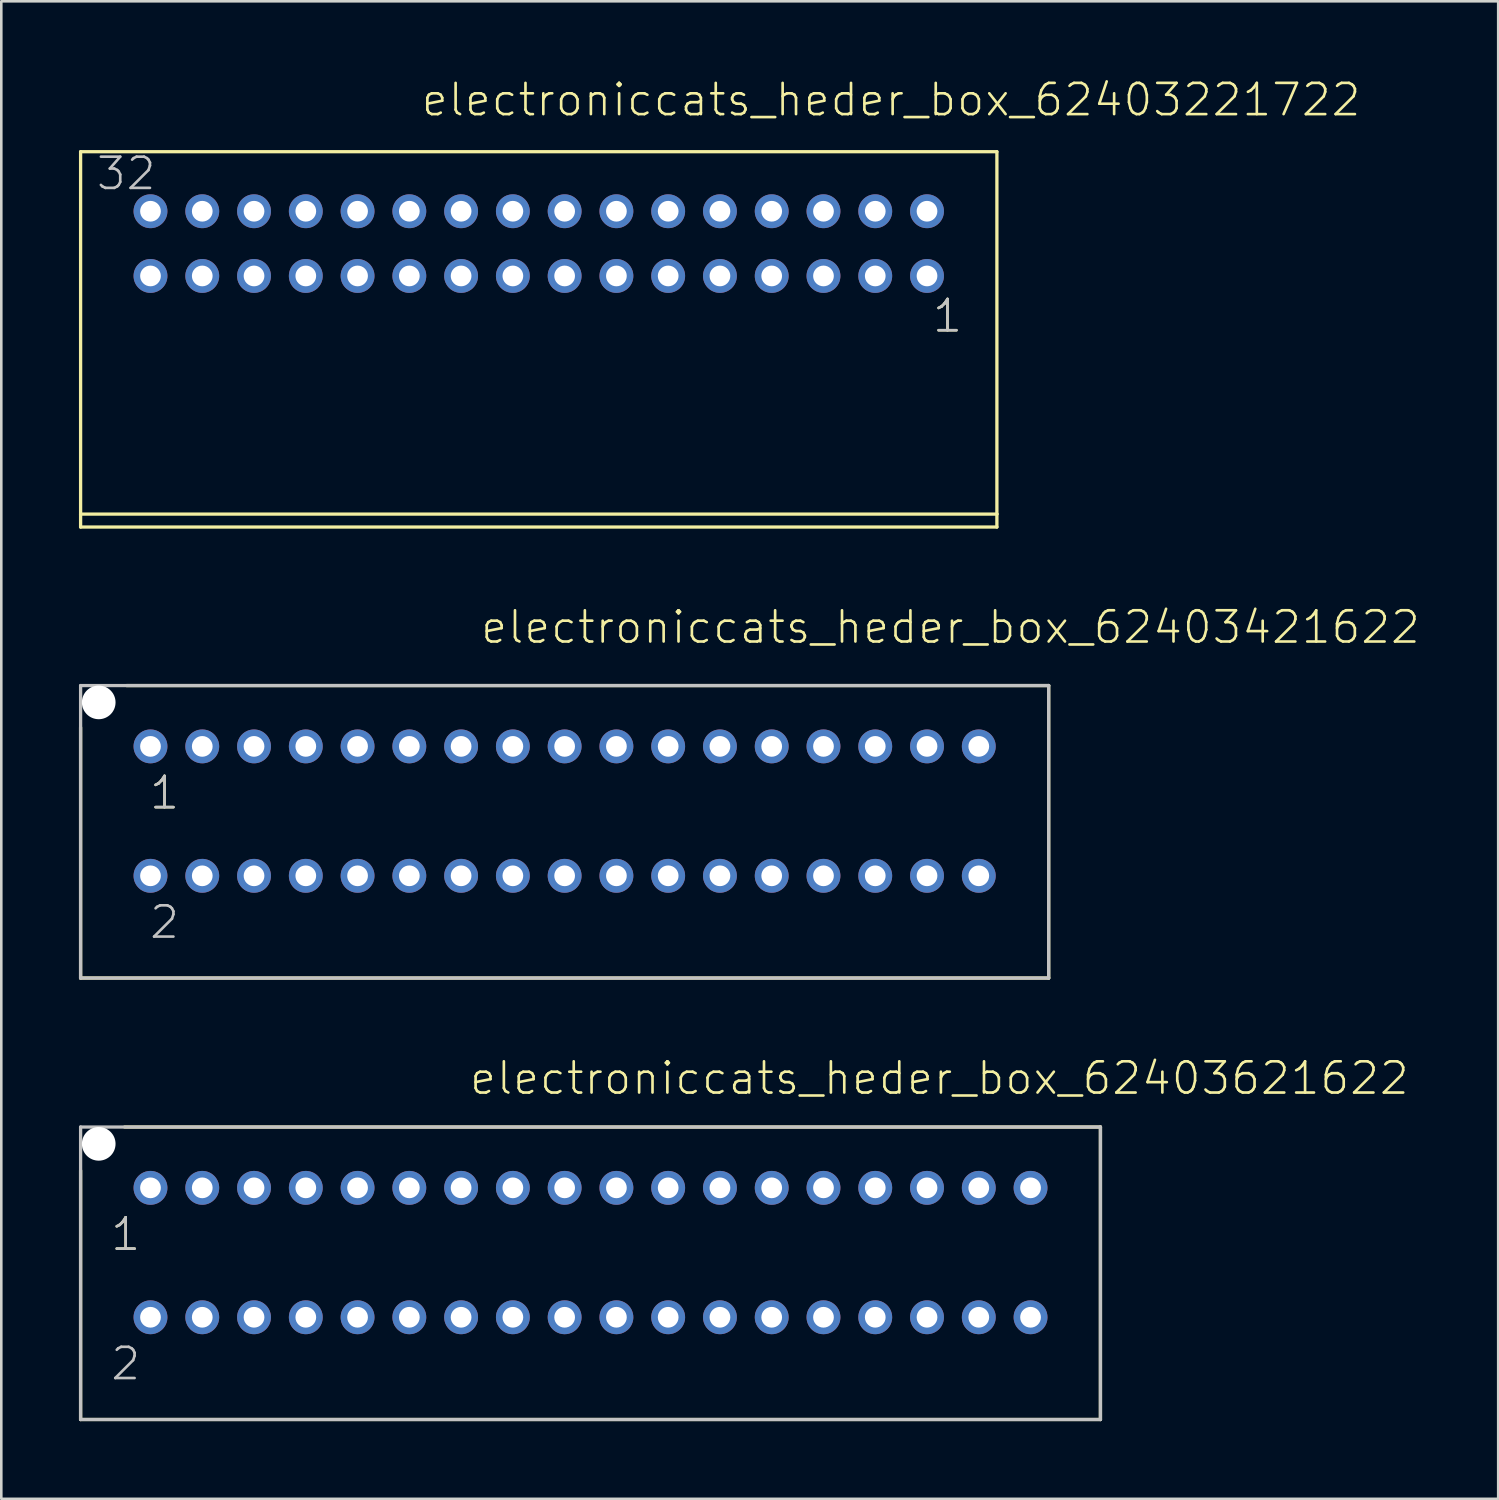
<source format=kicad_pcb>
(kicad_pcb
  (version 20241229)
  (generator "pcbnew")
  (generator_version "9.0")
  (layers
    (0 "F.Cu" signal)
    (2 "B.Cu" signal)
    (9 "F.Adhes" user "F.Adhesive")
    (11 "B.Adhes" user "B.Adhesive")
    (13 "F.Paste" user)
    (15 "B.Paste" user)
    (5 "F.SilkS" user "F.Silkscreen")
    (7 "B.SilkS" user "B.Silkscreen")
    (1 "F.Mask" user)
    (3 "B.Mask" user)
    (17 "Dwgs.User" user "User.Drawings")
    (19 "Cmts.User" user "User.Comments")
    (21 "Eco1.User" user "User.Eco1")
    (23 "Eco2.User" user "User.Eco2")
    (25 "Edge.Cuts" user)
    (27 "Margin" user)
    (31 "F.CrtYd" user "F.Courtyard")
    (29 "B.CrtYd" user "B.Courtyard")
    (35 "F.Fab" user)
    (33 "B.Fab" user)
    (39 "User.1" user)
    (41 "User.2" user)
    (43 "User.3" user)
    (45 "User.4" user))
  (footprint "electroniccats_heder_box_62403421622"
    (layer "F.Cu")
    (at 18.764 28.286)
    (property "Reference" "electroniccats_heder_box_62403421622" (at -3.306 -6.4 0) (layer "F.SilkS") (effects (font (size 1.206 1.206) (thickness 0.102)) (justify left bottom)))
    (attr through_hole)
    (fp_line (start -18.7 6.45) (end -18.7 -3.23) (stroke (width 0.127) (type solid)) (layer "F.SilkS"))
    (fp_line (start -16.92 -4.85) (end 18.7 -4.85) (stroke (width 0.127) (type solid)) (layer "F.SilkS"))
    (fp_line (start 18.7 -4.85) (end 18.7 6.45) (stroke (width 0.127) (type solid)) (layer "F.SilkS"))
    (fp_line (start 18.7 6.45) (end -18.7 6.45) (stroke (width 0.127) (type solid)) (layer "F.SilkS"))
    (fp_line (start -18.7 -4.85) (end 18.7 -4.85) (stroke (width 0.127) (type solid)) (layer "Dwgs.User"))
    (fp_line (start -18.7 6.45) (end -18.7 -4.85) (stroke (width 0.127) (type solid)) (layer "Dwgs.User"))
    (fp_line (start 18.7 -4.85) (end 18.7 6.45) (stroke (width 0.127) (type solid)) (layer "Dwgs.User"))
    (fp_line (start 18.7 6.45) (end -18.7 6.45) (stroke (width 0.127) (type solid)) (layer "Dwgs.User"))
    (fp_text user "1" (at -16.1 0 0) (layer "F.SilkS") (effects (font (size 1.206 1.206) (thickness 0.102)) (justify left bottom)))
    (fp_text user "2" (at -16.1 5 0) (layer "Dwgs.User") (effects (font (size 1.206 1.206) (thickness 0.102)) (justify left bottom)))
    (fp_text user "1" (at -16.1 0 0) (layer "Dwgs.User") (effects (font (size 1.206 1.206) (thickness 0.102)) (justify left bottom)))
    (pad "" np_thru_hole circle (at -18 -4.2) (size 1.3 1.3) (drill 1.3) (layers "*.Cu"))
    (pad "1" thru_hole circle (at -16 -2.5) (size 1.308 1.308) (drill 0.8) (layers "*.Cu" "*.Mask"))
    (pad "2" thru_hole circle (at -16 2.5) (size 1.308 1.308) (drill 0.8) (layers "*.Cu" "*.Mask"))
    (pad "3" thru_hole circle (at -14 -2.5) (size 1.308 1.308) (drill 0.8) (layers "*.Cu" "*.Mask"))
    (pad "4" thru_hole circle (at -14 2.5) (size 1.308 1.308) (drill 0.8) (layers "*.Cu" "*.Mask"))
    (pad "5" thru_hole circle (at -12 -2.5) (size 1.308 1.308) (drill 0.8) (layers "*.Cu" "*.Mask"))
    (pad "6" thru_hole circle (at -12 2.5) (size 1.308 1.308) (drill 0.8) (layers "*.Cu" "*.Mask"))
    (pad "7" thru_hole circle (at -10 -2.5) (size 1.308 1.308) (drill 0.8) (layers "*.Cu" "*.Mask"))
    (pad "8" thru_hole circle (at -10 2.5) (size 1.308 1.308) (drill 0.8) (layers "*.Cu" "*.Mask"))
    (pad "9" thru_hole circle (at -8 -2.5) (size 1.308 1.308) (drill 0.8) (layers "*.Cu" "*.Mask"))
    (pad "10" thru_hole circle (at -8 2.5) (size 1.308 1.308) (drill 0.8) (layers "*.Cu" "*.Mask"))
    (pad "11" thru_hole circle (at -6 -2.5) (size 1.308 1.308) (drill 0.8) (layers "*.Cu" "*.Mask"))
    (pad "12" thru_hole circle (at -6 2.5) (size 1.308 1.308) (drill 0.8) (layers "*.Cu" "*.Mask"))
    (pad "13" thru_hole circle (at -4 -2.5) (size 1.308 1.308) (drill 0.8) (layers "*.Cu" "*.Mask"))
    (pad "14" thru_hole circle (at -4 2.5) (size 1.308 1.308) (drill 0.8) (layers "*.Cu" "*.Mask"))
    (pad "15" thru_hole circle (at -2 -2.5) (size 1.308 1.308) (drill 0.8) (layers "*.Cu" "*.Mask"))
    (pad "16" thru_hole circle (at -2 2.5) (size 1.308 1.308) (drill 0.8) (layers "*.Cu" "*.Mask"))
    (pad "17" thru_hole circle (at 0 -2.5) (size 1.308 1.308) (drill 0.8) (layers "*.Cu" "*.Mask"))
    (pad "18" thru_hole circle (at 0 2.5) (size 1.308 1.308) (drill 0.8) (layers "*.Cu" "*.Mask"))
    (pad "19" thru_hole circle (at 2 -2.5) (size 1.308 1.308) (drill 0.8) (layers "*.Cu" "*.Mask"))
    (pad "20" thru_hole circle (at 2 2.5) (size 1.308 1.308) (drill 0.8) (layers "*.Cu" "*.Mask"))
    (pad "21" thru_hole circle (at 4 -2.5) (size 1.308 1.308) (drill 0.8) (layers "*.Cu" "*.Mask"))
    (pad "22" thru_hole circle (at 4 2.5) (size 1.308 1.308) (drill 0.8) (layers "*.Cu" "*.Mask"))
    (pad "23" thru_hole circle (at 6 -2.5) (size 1.308 1.308) (drill 0.8) (layers "*.Cu" "*.Mask"))
    (pad "24" thru_hole circle (at 6 2.5) (size 1.308 1.308) (drill 0.8) (layers "*.Cu" "*.Mask"))
    (pad "25" thru_hole circle (at 8 -2.5) (size 1.308 1.308) (drill 0.8) (layers "*.Cu" "*.Mask"))
    (pad "26" thru_hole circle (at 8 2.5) (size 1.308 1.308) (drill 0.8) (layers "*.Cu" "*.Mask"))
    (pad "27" thru_hole circle (at 10 -2.5) (size 1.308 1.308) (drill 0.8) (layers "*.Cu" "*.Mask"))
    (pad "28" thru_hole circle (at 10 2.5) (size 1.308 1.308) (drill 0.8) (layers "*.Cu" "*.Mask"))
    (pad "29" thru_hole circle (at 12 -2.5) (size 1.308 1.308) (drill 0.8) (layers "*.Cu" "*.Mask"))
    (pad "30" thru_hole circle (at 12 2.5) (size 1.308 1.308) (drill 0.8) (layers "*.Cu" "*.Mask"))
    (pad "31" thru_hole circle (at 14 -2.5) (size 1.308 1.308) (drill 0.8) (layers "*.Cu" "*.Mask"))
    (pad "32" thru_hole circle (at 14 2.5) (size 1.308 1.308) (drill 0.8) (layers "*.Cu" "*.Mask"))
    (pad "33" thru_hole circle (at 16 -2.5) (size 1.308 1.308) (drill 0.8) (layers "*.Cu" "*.Mask"))
    (pad "34" thru_hole circle (at 16 2.5) (size 1.308 1.308) (drill 0.8) (layers "*.Cu" "*.Mask")))
  (footprint "electroniccats_heder_box_62403621622"
    (layer "F.Cu")
    (at 19.764 45.341)
    (property "Reference" "electroniccats_heder_box_62403621622" (at -4.736 -6.03 0) (layer "F.SilkS") (effects (font (size 1.206 1.206) (thickness 0.102)) (justify left bottom)))
    (attr through_hole)
    (fp_line (start -19.7 6.45) (end -19.7 -3.17) (stroke (width 0.127) (type solid)) (layer "F.SilkS"))
    (fp_line (start -18 -4.85) (end 19.7 -4.85) (stroke (width 0.127) (type solid)) (layer "F.SilkS"))
    (fp_line (start 19.7 -4.85) (end 19.7 6.45) (stroke (width 0.127) (type solid)) (layer "F.SilkS"))
    (fp_line (start 19.7 6.45) (end -19.7 6.45) (stroke (width 0.127) (type solid)) (layer "F.SilkS"))
    (fp_line (start -19.7 -4.85) (end 19.7 -4.85) (stroke (width 0.127) (type solid)) (layer "Dwgs.User"))
    (fp_line (start -19.7 6.45) (end -19.7 -4.85) (stroke (width 0.127) (type solid)) (layer "Dwgs.User"))
    (fp_line (start 19.7 -4.85) (end 19.7 6.45) (stroke (width 0.127) (type solid)) (layer "Dwgs.User"))
    (fp_line (start 19.7 6.45) (end -19.7 6.45) (stroke (width 0.127) (type solid)) (layer "Dwgs.User"))
    (fp_text user "1" (at -18.6 0 0) (layer "F.SilkS") (effects (font (size 1.206 1.206) (thickness 0.102)) (justify left bottom)))
    (fp_text user "2" (at -18.6 5 0) (layer "Dwgs.User") (effects (font (size 1.206 1.206) (thickness 0.102)) (justify left bottom)))
    (fp_text user "1" (at -18.6 0 0) (layer "Dwgs.User") (effects (font (size 1.206 1.206) (thickness 0.102)) (justify left bottom)))
    (pad "" np_thru_hole circle (at -19 -4.2) (size 1.3 1.3) (drill 1.3) (layers "*.Cu"))
    (pad "1" thru_hole circle (at -17 -2.5) (size 1.308 1.308) (drill 0.8) (layers "*.Cu" "*.Mask"))
    (pad "2" thru_hole circle (at -17 2.5) (size 1.308 1.308) (drill 0.8) (layers "*.Cu" "*.Mask"))
    (pad "3" thru_hole circle (at -15 -2.5) (size 1.308 1.308) (drill 0.8) (layers "*.Cu" "*.Mask"))
    (pad "4" thru_hole circle (at -15 2.5) (size 1.308 1.308) (drill 0.8) (layers "*.Cu" "*.Mask"))
    (pad "5" thru_hole circle (at -13 -2.5) (size 1.308 1.308) (drill 0.8) (layers "*.Cu" "*.Mask"))
    (pad "6" thru_hole circle (at -13 2.5) (size 1.308 1.308) (drill 0.8) (layers "*.Cu" "*.Mask"))
    (pad "7" thru_hole circle (at -11 -2.5) (size 1.308 1.308) (drill 0.8) (layers "*.Cu" "*.Mask"))
    (pad "8" thru_hole circle (at -11 2.5) (size 1.308 1.308) (drill 0.8) (layers "*.Cu" "*.Mask"))
    (pad "9" thru_hole circle (at -9 -2.5) (size 1.308 1.308) (drill 0.8) (layers "*.Cu" "*.Mask"))
    (pad "10" thru_hole circle (at -9 2.5) (size 1.308 1.308) (drill 0.8) (layers "*.Cu" "*.Mask"))
    (pad "11" thru_hole circle (at -7 -2.5) (size 1.308 1.308) (drill 0.8) (layers "*.Cu" "*.Mask"))
    (pad "12" thru_hole circle (at -7 2.5) (size 1.308 1.308) (drill 0.8) (layers "*.Cu" "*.Mask"))
    (pad "13" thru_hole circle (at -5 -2.5) (size 1.308 1.308) (drill 0.8) (layers "*.Cu" "*.Mask"))
    (pad "14" thru_hole circle (at -5 2.5) (size 1.308 1.308) (drill 0.8) (layers "*.Cu" "*.Mask"))
    (pad "15" thru_hole circle (at -3 -2.5) (size 1.308 1.308) (drill 0.8) (layers "*.Cu" "*.Mask"))
    (pad "16" thru_hole circle (at -3 2.5) (size 1.308 1.308) (drill 0.8) (layers "*.Cu" "*.Mask"))
    (pad "17" thru_hole circle (at -1 -2.5) (size 1.308 1.308) (drill 0.8) (layers "*.Cu" "*.Mask"))
    (pad "18" thru_hole circle (at -1 2.5) (size 1.308 1.308) (drill 0.8) (layers "*.Cu" "*.Mask"))
    (pad "19" thru_hole circle (at 1 -2.5) (size 1.308 1.308) (drill 0.8) (layers "*.Cu" "*.Mask"))
    (pad "20" thru_hole circle (at 1 2.5) (size 1.308 1.308) (drill 0.8) (layers "*.Cu" "*.Mask"))
    (pad "21" thru_hole circle (at 3 -2.5) (size 1.308 1.308) (drill 0.8) (layers "*.Cu" "*.Mask"))
    (pad "22" thru_hole circle (at 3 2.5) (size 1.308 1.308) (drill 0.8) (layers "*.Cu" "*.Mask"))
    (pad "23" thru_hole circle (at 5 -2.5) (size 1.308 1.308) (drill 0.8) (layers "*.Cu" "*.Mask"))
    (pad "24" thru_hole circle (at 5 2.5) (size 1.308 1.308) (drill 0.8) (layers "*.Cu" "*.Mask"))
    (pad "25" thru_hole circle (at 7 -2.5) (size 1.308 1.308) (drill 0.8) (layers "*.Cu" "*.Mask"))
    (pad "26" thru_hole circle (at 7 2.5) (size 1.308 1.308) (drill 0.8) (layers "*.Cu" "*.Mask"))
    (pad "27" thru_hole circle (at 9 -2.5) (size 1.308 1.308) (drill 0.8) (layers "*.Cu" "*.Mask"))
    (pad "28" thru_hole circle (at 9 2.5) (size 1.308 1.308) (drill 0.8) (layers "*.Cu" "*.Mask"))
    (pad "29" thru_hole circle (at 11 -2.5) (size 1.308 1.308) (drill 0.8) (layers "*.Cu" "*.Mask"))
    (pad "30" thru_hole circle (at 11 2.5) (size 1.308 1.308) (drill 0.8) (layers "*.Cu" "*.Mask"))
    (pad "31" thru_hole circle (at 13 -2.5) (size 1.308 1.308) (drill 0.8) (layers "*.Cu" "*.Mask"))
    (pad "32" thru_hole circle (at 13 2.5) (size 1.308 1.308) (drill 0.8) (layers "*.Cu" "*.Mask"))
    (pad "33" thru_hole circle (at 15 -2.5) (size 1.308 1.308) (drill 0.8) (layers "*.Cu" "*.Mask"))
    (pad "34" thru_hole circle (at 15 2.5) (size 1.308 1.308) (drill 0.8) (layers "*.Cu" "*.Mask"))
    (pad "35" thru_hole circle (at 17 -2.5) (size 1.308 1.308) (drill 0.8) (layers "*.Cu" "*.Mask"))
    (pad "36" thru_hole circle (at 17 2.5) (size 1.308 1.308) (drill 0.8) (layers "*.Cu" "*.Mask")))
  (footprint "electroniccats_heder_box_62403221722"
    (layer "F.Cu")
    (at 17.764 6.361)
    (property "Reference" "electroniccats_heder_box_62403221722" (at -4.6 -4.85 0) (layer "F.SilkS") (effects (font (size 1.206 1.206) (thickness 0.102)) (justify left bottom)))
    (attr through_hole)
    (fp_line (start -17.7 -3.55) (end -17.7 10.45) (stroke (width 0.127) (type solid)) (layer "F.SilkS"))
    (fp_line (start -17.7 10.45) (end -17.7 10.95) (stroke (width 0.127) (type solid)) (layer "F.SilkS"))
    (fp_line (start -17.7 10.45) (end 17.7 10.45) (stroke (width 0.127) (type solid)) (layer "F.SilkS"))
    (fp_line (start -17.7 10.95) (end 17.7 10.95) (stroke (width 0.127) (type solid)) (layer "F.SilkS"))
    (fp_line (start 17.7 -3.55) (end -17.7 -3.55) (stroke (width 0.127) (type solid)) (layer "F.SilkS"))
    (fp_line (start 17.7 10.45) (end 17.7 -3.55) (stroke (width 0.127) (type solid)) (layer "F.SilkS"))
    (fp_line (start 17.7 10.95) (end 17.7 10.45) (stroke (width 0.127) (type solid)) (layer "F.SilkS"))
    (fp_text user "1" (at 15.15 3.5 0) (layer "F.SilkS") (effects (font (size 1.206 1.206) (thickness 0.102)) (justify left bottom)))
    (fp_text user "32" (at -17.155 -2 0) (layer "Dwgs.User") (effects (font (size 1.206 1.206) (thickness 0.102)) (justify left bottom)))
    (fp_text user "1" (at 15.15 3.5 0) (layer "Dwgs.User") (effects (font (size 1.206 1.206) (thickness 0.102)) (justify left bottom)))
    (pad "1" thru_hole circle (at 15 1.25 180) (size 1.308 1.308) (drill 0.8) (layers "*.Cu" "*.Mask"))
    (pad "2" thru_hole circle (at 15 -1.25 180) (size 1.308 1.308) (drill 0.8) (layers "*.Cu" "*.Mask"))
    (pad "3" thru_hole circle (at 13 1.25 180) (size 1.308 1.308) (drill 0.8) (layers "*.Cu" "*.Mask"))
    (pad "4" thru_hole circle (at 13 -1.25 180) (size 1.308 1.308) (drill 0.8) (layers "*.Cu" "*.Mask"))
    (pad "5" thru_hole circle (at 11 1.25 180) (size 1.308 1.308) (drill 0.8) (layers "*.Cu" "*.Mask"))
    (pad "6" thru_hole circle (at 11 -1.25 180) (size 1.308 1.308) (drill 0.8) (layers "*.Cu" "*.Mask"))
    (pad "7" thru_hole circle (at 9 1.25 180) (size 1.308 1.308) (drill 0.8) (layers "*.Cu" "*.Mask"))
    (pad "8" thru_hole circle (at 9 -1.25 180) (size 1.308 1.308) (drill 0.8) (layers "*.Cu" "*.Mask"))
    (pad "9" thru_hole circle (at 7 1.25 180) (size 1.308 1.308) (drill 0.8) (layers "*.Cu" "*.Mask"))
    (pad "10" thru_hole circle (at 7 -1.25 180) (size 1.308 1.308) (drill 0.8) (layers "*.Cu" "*.Mask"))
    (pad "11" thru_hole circle (at 5 1.25 180) (size 1.308 1.308) (drill 0.8) (layers "*.Cu" "*.Mask"))
    (pad "12" thru_hole circle (at 5 -1.25 180) (size 1.308 1.308) (drill 0.8) (layers "*.Cu" "*.Mask"))
    (pad "13" thru_hole circle (at 3 1.25 180) (size 1.308 1.308) (drill 0.8) (layers "*.Cu" "*.Mask"))
    (pad "14" thru_hole circle (at 3 -1.25 180) (size 1.308 1.308) (drill 0.8) (layers "*.Cu" "*.Mask"))
    (pad "15" thru_hole circle (at 1 1.25 180) (size 1.308 1.308) (drill 0.8) (layers "*.Cu" "*.Mask"))
    (pad "16" thru_hole circle (at 1 -1.25 180) (size 1.308 1.308) (drill 0.8) (layers "*.Cu" "*.Mask"))
    (pad "17" thru_hole circle (at -1 1.25 180) (size 1.308 1.308) (drill 0.8) (layers "*.Cu" "*.Mask"))
    (pad "18" thru_hole circle (at -1 -1.25 180) (size 1.308 1.308) (drill 0.8) (layers "*.Cu" "*.Mask"))
    (pad "19" thru_hole circle (at -3 1.25 180) (size 1.308 1.308) (drill 0.8) (layers "*.Cu" "*.Mask"))
    (pad "20" thru_hole circle (at -3 -1.25 180) (size 1.308 1.308) (drill 0.8) (layers "*.Cu" "*.Mask"))
    (pad "21" thru_hole circle (at -5 1.25 180) (size 1.308 1.308) (drill 0.8) (layers "*.Cu" "*.Mask"))
    (pad "22" thru_hole circle (at -5 -1.25 180) (size 1.308 1.308) (drill 0.8) (layers "*.Cu" "*.Mask"))
    (pad "23" thru_hole circle (at -7 1.25 180) (size 1.308 1.308) (drill 0.8) (layers "*.Cu" "*.Mask"))
    (pad "24" thru_hole circle (at -7 -1.25 180) (size 1.308 1.308) (drill 0.8) (layers "*.Cu" "*.Mask"))
    (pad "25" thru_hole circle (at -9 1.25 180) (size 1.308 1.308) (drill 0.8) (layers "*.Cu" "*.Mask"))
    (pad "26" thru_hole circle (at -9 -1.25 180) (size 1.308 1.308) (drill 0.8) (layers "*.Cu" "*.Mask"))
    (pad "27" thru_hole circle (at -11 1.25 180) (size 1.308 1.308) (drill 0.8) (layers "*.Cu" "*.Mask"))
    (pad "28" thru_hole circle (at -11 -1.25 180) (size 1.308 1.308) (drill 0.8) (layers "*.Cu" "*.Mask"))
    (pad "29" thru_hole circle (at -13 1.25 180) (size 1.308 1.308) (drill 0.8) (layers "*.Cu" "*.Mask"))
    (pad "30" thru_hole circle (at -13 -1.25 180) (size 1.308 1.308) (drill 0.8) (layers "*.Cu" "*.Mask"))
    (pad "31" thru_hole circle (at -15 1.25 180) (size 1.308 1.308) (drill 0.8) (layers "*.Cu" "*.Mask"))
    (pad "32" thru_hole circle (at -15 -1.25 180) (size 1.308 1.308) (drill 0.8) (layers "*.Cu" "*.Mask")))
  (gr_rect
    (start -3 -3)
    (end 54.831 54.854)
    (stroke (width 0.1) (type default))
    (fill no)
    (layer "Edge.Cuts")))
</source>
